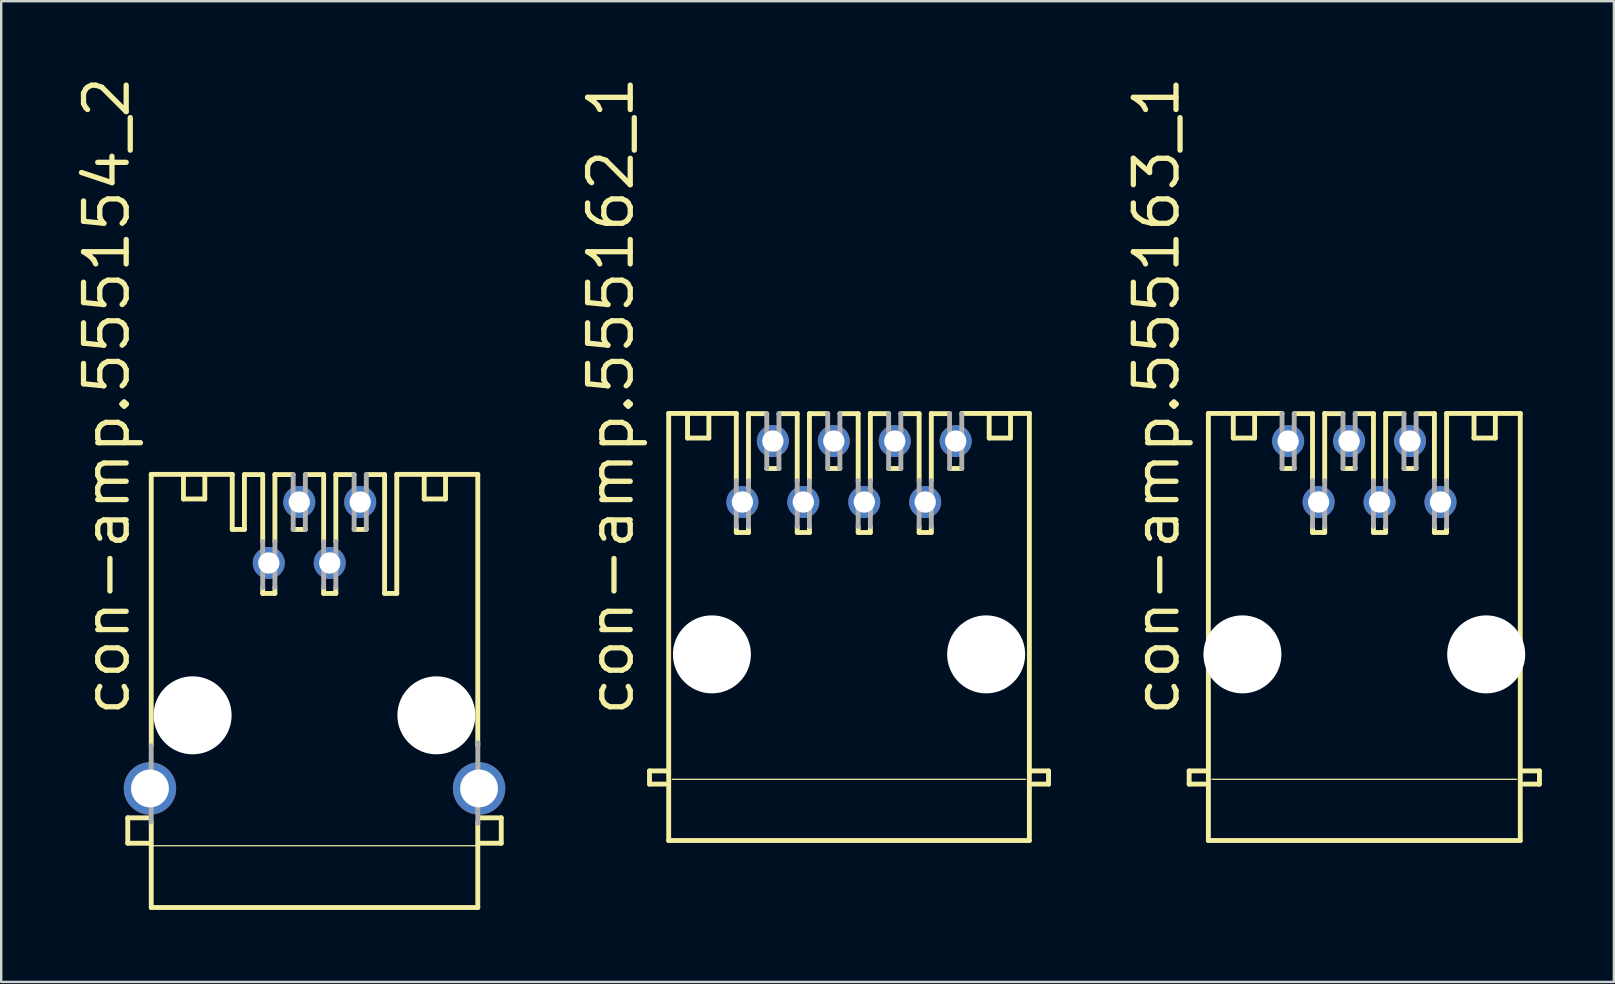
<source format=kicad_pcb>
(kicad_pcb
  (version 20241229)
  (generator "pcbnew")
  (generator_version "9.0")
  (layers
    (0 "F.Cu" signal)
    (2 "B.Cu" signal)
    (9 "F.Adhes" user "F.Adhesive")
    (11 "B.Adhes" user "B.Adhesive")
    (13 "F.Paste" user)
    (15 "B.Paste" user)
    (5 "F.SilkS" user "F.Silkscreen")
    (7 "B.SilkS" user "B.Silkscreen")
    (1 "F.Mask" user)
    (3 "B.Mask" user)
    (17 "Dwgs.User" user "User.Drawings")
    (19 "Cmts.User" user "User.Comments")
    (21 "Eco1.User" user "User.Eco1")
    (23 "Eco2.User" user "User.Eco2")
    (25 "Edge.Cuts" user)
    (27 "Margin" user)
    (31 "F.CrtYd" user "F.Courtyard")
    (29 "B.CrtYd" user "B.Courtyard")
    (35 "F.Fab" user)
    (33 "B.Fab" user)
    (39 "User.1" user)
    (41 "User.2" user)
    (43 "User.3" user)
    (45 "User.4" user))
  (footprint "con-amp.555162_1"
    (layer "F.Cu")
    (at 32.336 23.08)
    (property "Reference" "con-amp.555162_1" (at -8.89 3.81 90) (layer "F.SilkS") (effects (font (size 1.778 1.778) (thickness 0.22)) (justify left bottom)))
    (attr through_hole)
    (fp_line (start -8.316 6) (end -7.616 6) (stroke (width 0.203) (type default)) (layer "F.SilkS"))
    (fp_line (start -8.316 6.55) (end -8.316 6) (stroke (width 0.203) (type default)) (layer "F.SilkS"))
    (fp_line (start -7.666 6.55) (end -8.316 6.55) (stroke (width 0.203) (type default)) (layer "F.SilkS"))
    (fp_line (start -7.516 -8.9) (end -4.699 -8.9) (stroke (width 0.203) (type default)) (layer "F.SilkS"))
    (fp_line (start -7.516 8.9) (end -7.516 -8.9) (stroke (width 0.203) (type default)) (layer "F.SilkS"))
    (fp_line (start -7.366 6.35) (end 7.366 6.35) (stroke (width 0.051) (type default)) (layer "F.SilkS"))
    (fp_line (start -6.731 -8.89) (end -6.731 -7.874) (stroke (width 0.203) (type default)) (layer "F.SilkS"))
    (fp_line (start -6.731 -7.874) (end -5.842 -7.874) (stroke (width 0.203) (type default)) (layer "F.SilkS"))
    (fp_line (start -5.842 -7.874) (end -5.842 -8.89) (stroke (width 0.203) (type default)) (layer "F.SilkS"))
    (fp_line (start -4.699 -6.096) (end -4.699 -8.89) (stroke (width 0.203) (type default)) (layer "F.SilkS"))
    (fp_line (start -4.699 -3.937) (end -4.699 -4.191) (stroke (width 0.203) (type default)) (layer "F.SilkS"))
    (fp_line (start -4.191 -8.89) (end -3.429 -8.89) (stroke (width 0.203) (type default)) (layer "F.SilkS"))
    (fp_line (start -4.191 -6.096) (end -4.191 -8.9) (stroke (width 0.203) (type default)) (layer "F.SilkS"))
    (fp_line (start -4.191 -3.937) (end -4.699 -3.937) (stroke (width 0.203) (type default)) (layer "F.SilkS"))
    (fp_line (start -4.191 -3.937) (end -4.191 -4.191) (stroke (width 0.203) (type default)) (layer "F.SilkS"))
    (fp_line (start -2.921 -8.89) (end -2.159 -8.89) (stroke (width 0.203) (type default)) (layer "F.SilkS"))
    (fp_line (start -2.921 -6.604) (end -3.429 -6.604) (stroke (width 0.203) (type default)) (layer "F.SilkS"))
    (fp_line (start -2.159 -6.096) (end -2.159 -8.89) (stroke (width 0.203) (type default)) (layer "F.SilkS"))
    (fp_line (start -2.159 -3.937) (end -2.159 -4.191) (stroke (width 0.203) (type default)) (layer "F.SilkS"))
    (fp_line (start -1.651 -8.89) (end -0.889 -8.89) (stroke (width 0.203) (type default)) (layer "F.SilkS"))
    (fp_line (start -1.651 -6.096) (end -1.651 -8.9) (stroke (width 0.203) (type default)) (layer "F.SilkS"))
    (fp_line (start -1.651 -3.937) (end -2.159 -3.937) (stroke (width 0.203) (type default)) (layer "F.SilkS"))
    (fp_line (start -1.651 -3.937) (end -1.651 -4.191) (stroke (width 0.203) (type default)) (layer "F.SilkS"))
    (fp_line (start -0.381 -8.89) (end 0.381 -8.89) (stroke (width 0.203) (type default)) (layer "F.SilkS"))
    (fp_line (start -0.381 -6.604) (end -0.889 -6.604) (stroke (width 0.203) (type default)) (layer "F.SilkS"))
    (fp_line (start 0.381 -6.096) (end 0.381 -8.89) (stroke (width 0.203) (type default)) (layer "F.SilkS"))
    (fp_line (start 0.381 -3.937) (end 0.381 -4.191) (stroke (width 0.203) (type default)) (layer "F.SilkS"))
    (fp_line (start 0.889 -8.89) (end 0.889 -8.9) (stroke (width 0.203) (type default)) (layer "F.SilkS"))
    (fp_line (start 0.889 -8.89) (end 1.651 -8.89) (stroke (width 0.203) (type default)) (layer "F.SilkS"))
    (fp_line (start 0.889 -6.096) (end 0.889 -8.89) (stroke (width 0.203) (type default)) (layer "F.SilkS"))
    (fp_line (start 0.889 -3.937) (end 0.381 -3.937) (stroke (width 0.203) (type default)) (layer "F.SilkS"))
    (fp_line (start 0.889 -3.937) (end 0.889 -4.191) (stroke (width 0.203) (type default)) (layer "F.SilkS"))
    (fp_line (start 2.159 -8.89) (end 2.921 -8.89) (stroke (width 0.203) (type default)) (layer "F.SilkS"))
    (fp_line (start 2.159 -6.604) (end 1.651 -6.604) (stroke (width 0.203) (type default)) (layer "F.SilkS"))
    (fp_line (start 2.921 -6.096) (end 2.921 -8.89) (stroke (width 0.203) (type default)) (layer "F.SilkS"))
    (fp_line (start 2.921 -3.937) (end 2.921 -4.191) (stroke (width 0.203) (type default)) (layer "F.SilkS"))
    (fp_line (start 3.429 -8.89) (end 4.191 -8.89) (stroke (width 0.203) (type default)) (layer "F.SilkS"))
    (fp_line (start 3.429 -6.096) (end 3.429 -8.9) (stroke (width 0.203) (type default)) (layer "F.SilkS"))
    (fp_line (start 3.429 -3.937) (end 2.921 -3.937) (stroke (width 0.203) (type default)) (layer "F.SilkS"))
    (fp_line (start 3.429 -3.937) (end 3.429 -4.191) (stroke (width 0.203) (type default)) (layer "F.SilkS"))
    (fp_line (start 4.699 -8.9) (end 7.516 -8.9) (stroke (width 0.203) (type default)) (layer "F.SilkS"))
    (fp_line (start 4.699 -6.604) (end 4.191 -6.604) (stroke (width 0.203) (type default)) (layer "F.SilkS"))
    (fp_line (start 5.842 -7.874) (end 5.842 -8.89) (stroke (width 0.203) (type default)) (layer "F.SilkS"))
    (fp_line (start 6.731 -8.89) (end 6.731 -7.874) (stroke (width 0.203) (type default)) (layer "F.SilkS"))
    (fp_line (start 6.731 -7.874) (end 5.842 -7.874) (stroke (width 0.203) (type default)) (layer "F.SilkS"))
    (fp_line (start 7.516 -8.9) (end 7.516 8.9) (stroke (width 0.203) (type default)) (layer "F.SilkS"))
    (fp_line (start 7.516 8.9) (end -7.516 8.9) (stroke (width 0.203) (type default)) (layer "F.SilkS"))
    (fp_line (start 7.666 6.55) (end 8.316 6.55) (stroke (width 0.203) (type default)) (layer "F.SilkS"))
    (fp_line (start 8.316 6) (end 7.616 6) (stroke (width 0.203) (type default)) (layer "F.SilkS"))
    (fp_line (start 8.316 6.55) (end 8.316 6) (stroke (width 0.203) (type default)) (layer "F.SilkS"))
    (fp_line (start -4.699 -6.096) (end -4.699 -4.191) (stroke (width 0.203) (type default)) (layer "F.Fab"))
    (fp_line (start -4.191 -6.096) (end -4.191 -4.191) (stroke (width 0.203) (type default)) (layer "F.Fab"))
    (fp_line (start -3.429 -8.89) (end -3.429 -6.604) (stroke (width 0.203) (type default)) (layer "F.Fab"))
    (fp_line (start -2.921 -8.89) (end -2.921 -6.604) (stroke (width 0.203) (type default)) (layer "F.Fab"))
    (fp_line (start -2.159 -6.096) (end -2.159 -4.191) (stroke (width 0.203) (type default)) (layer "F.Fab"))
    (fp_line (start -1.651 -6.096) (end -1.651 -4.191) (stroke (width 0.203) (type default)) (layer "F.Fab"))
    (fp_line (start -0.889 -8.89) (end -0.889 -6.604) (stroke (width 0.203) (type default)) (layer "F.Fab"))
    (fp_line (start -0.381 -8.89) (end -0.381 -6.604) (stroke (width 0.203) (type default)) (layer "F.Fab"))
    (fp_line (start 0.381 -6.096) (end 0.381 -4.191) (stroke (width 0.203) (type default)) (layer "F.Fab"))
    (fp_line (start 0.889 -6.096) (end 0.889 -4.191) (stroke (width 0.203) (type default)) (layer "F.Fab"))
    (fp_line (start 1.651 -8.89) (end 1.651 -6.604) (stroke (width 0.203) (type default)) (layer "F.Fab"))
    (fp_line (start 2.159 -8.89) (end 2.159 -6.604) (stroke (width 0.203) (type default)) (layer "F.Fab"))
    (fp_line (start 2.921 -6.096) (end 2.921 -4.191) (stroke (width 0.203) (type default)) (layer "F.Fab"))
    (fp_line (start 3.429 -6.096) (end 3.429 -4.191) (stroke (width 0.203) (type default)) (layer "F.Fab"))
    (fp_line (start 4.191 -8.89) (end 4.191 -6.604) (stroke (width 0.203) (type default)) (layer "F.Fab"))
    (fp_line (start 4.699 -8.89) (end 4.699 -6.604) (stroke (width 0.203) (type default)) (layer "F.Fab"))
    (pad "" np_thru_hole circle (at -5.715 1.143) (size 3.251 3.251) (drill 3.251) (layers "*.Cu" "*.Mask"))
    (pad "" np_thru_hole circle (at 5.715 1.143) (size 3.251 3.251) (drill 3.251) (layers "*.Cu" "*.Mask"))
    (pad "1" thru_hole circle (at -4.445 -5.207) (size 1.333 1.333) (drill 0.889) (layers "*.Cu" "*.Mask"))
    (pad "2" thru_hole circle (at -3.175 -7.747) (size 1.333 1.333) (drill 0.889) (layers "*.Cu" "*.Mask"))
    (pad "3" thru_hole circle (at -1.905 -5.207) (size 1.333 1.333) (drill 0.889) (layers "*.Cu" "*.Mask"))
    (pad "4" thru_hole circle (at -0.635 -7.747) (size 1.333 1.333) (drill 0.889) (layers "*.Cu" "*.Mask"))
    (pad "5" thru_hole circle (at 0.635 -5.207) (size 1.333 1.333) (drill 0.889) (layers "*.Cu" "*.Mask"))
    (pad "6" thru_hole circle (at 1.905 -7.747) (size 1.333 1.333) (drill 0.889) (layers "*.Cu" "*.Mask"))
    (pad "7" thru_hole circle (at 3.175 -5.207) (size 1.333 1.333) (drill 0.889) (layers "*.Cu" "*.Mask"))
    (pad "8" thru_hole circle (at 4.445 -7.747) (size 1.333 1.333) (drill 0.889) (layers "*.Cu" "*.Mask")))
  (footprint "con-amp.555163_1"
    (layer "F.Cu")
    (at 53.812 23.08)
    (property "Reference" "con-amp.555163_1" (at -7.62 3.81 90) (layer "F.SilkS") (effects (font (size 1.778 1.778) (thickness 0.22)) (justify left bottom)))
    (attr through_hole)
    (fp_line (start -7.3 6) (end -6.6 6) (stroke (width 0.203) (type default)) (layer "F.SilkS"))
    (fp_line (start -7.3 6.55) (end -7.3 6) (stroke (width 0.203) (type default)) (layer "F.SilkS"))
    (fp_line (start -6.65 6.55) (end -7.3 6.55) (stroke (width 0.203) (type default)) (layer "F.SilkS"))
    (fp_line (start -6.5 -8.9) (end -3.429 -8.9) (stroke (width 0.203) (type default)) (layer "F.SilkS"))
    (fp_line (start -6.5 8.9) (end -6.5 -8.9) (stroke (width 0.203) (type default)) (layer "F.SilkS"))
    (fp_line (start -6.35 6.35) (end 6.35 6.35) (stroke (width 0.051) (type default)) (layer "F.SilkS"))
    (fp_line (start -5.461 -8.89) (end -5.461 -7.874) (stroke (width 0.203) (type default)) (layer "F.SilkS"))
    (fp_line (start -5.461 -7.874) (end -4.572 -7.874) (stroke (width 0.203) (type default)) (layer "F.SilkS"))
    (fp_line (start -4.572 -7.874) (end -4.572 -8.89) (stroke (width 0.203) (type default)) (layer "F.SilkS"))
    (fp_line (start -2.921 -8.89) (end -2.159 -8.89) (stroke (width 0.203) (type default)) (layer "F.SilkS"))
    (fp_line (start -2.921 -6.604) (end -3.429 -6.604) (stroke (width 0.203) (type default)) (layer "F.SilkS"))
    (fp_line (start -2.159 -6.096) (end -2.159 -8.89) (stroke (width 0.203) (type default)) (layer "F.SilkS"))
    (fp_line (start -2.159 -3.937) (end -2.159 -4.191) (stroke (width 0.203) (type default)) (layer "F.SilkS"))
    (fp_line (start -1.651 -8.89) (end -0.889 -8.89) (stroke (width 0.203) (type default)) (layer "F.SilkS"))
    (fp_line (start -1.651 -6.096) (end -1.651 -8.9) (stroke (width 0.203) (type default)) (layer "F.SilkS"))
    (fp_line (start -1.651 -3.937) (end -2.159 -3.937) (stroke (width 0.203) (type default)) (layer "F.SilkS"))
    (fp_line (start -1.651 -3.937) (end -1.651 -4.191) (stroke (width 0.203) (type default)) (layer "F.SilkS"))
    (fp_line (start -0.381 -8.89) (end 0.381 -8.89) (stroke (width 0.203) (type default)) (layer "F.SilkS"))
    (fp_line (start -0.381 -6.604) (end -0.889 -6.604) (stroke (width 0.203) (type default)) (layer "F.SilkS"))
    (fp_line (start 0.381 -6.096) (end 0.381 -8.89) (stroke (width 0.203) (type default)) (layer "F.SilkS"))
    (fp_line (start 0.381 -3.937) (end 0.381 -4.191) (stroke (width 0.203) (type default)) (layer "F.SilkS"))
    (fp_line (start 0.889 -8.89) (end 1.651 -8.89) (stroke (width 0.203) (type default)) (layer "F.SilkS"))
    (fp_line (start 0.889 -6.096) (end 0.889 -8.9) (stroke (width 0.203) (type default)) (layer "F.SilkS"))
    (fp_line (start 0.889 -3.937) (end 0.381 -3.937) (stroke (width 0.203) (type default)) (layer "F.SilkS"))
    (fp_line (start 0.889 -3.937) (end 0.889 -4.191) (stroke (width 0.203) (type default)) (layer "F.SilkS"))
    (fp_line (start 2.159 -8.89) (end 2.921 -8.89) (stroke (width 0.203) (type default)) (layer "F.SilkS"))
    (fp_line (start 2.159 -6.604) (end 1.651 -6.604) (stroke (width 0.203) (type default)) (layer "F.SilkS"))
    (fp_line (start 2.921 -6.096) (end 2.921 -8.89) (stroke (width 0.203) (type default)) (layer "F.SilkS"))
    (fp_line (start 2.921 -3.937) (end 2.921 -4.191) (stroke (width 0.203) (type default)) (layer "F.SilkS"))
    (fp_line (start 3.429 -8.9) (end 6.5 -8.9) (stroke (width 0.203) (type default)) (layer "F.SilkS"))
    (fp_line (start 3.429 -6.096) (end 3.429 -8.9) (stroke (width 0.203) (type default)) (layer "F.SilkS"))
    (fp_line (start 3.429 -3.937) (end 2.921 -3.937) (stroke (width 0.203) (type default)) (layer "F.SilkS"))
    (fp_line (start 3.429 -3.937) (end 3.429 -4.191) (stroke (width 0.203) (type default)) (layer "F.SilkS"))
    (fp_line (start 4.572 -7.874) (end 4.572 -8.89) (stroke (width 0.203) (type default)) (layer "F.SilkS"))
    (fp_line (start 5.461 -8.89) (end 5.461 -7.874) (stroke (width 0.203) (type default)) (layer "F.SilkS"))
    (fp_line (start 5.461 -7.874) (end 4.572 -7.874) (stroke (width 0.203) (type default)) (layer "F.SilkS"))
    (fp_line (start 6.5 -8.9) (end 6.5 8.9) (stroke (width 0.203) (type default)) (layer "F.SilkS"))
    (fp_line (start 6.5 8.9) (end -6.5 8.9) (stroke (width 0.203) (type default)) (layer "F.SilkS"))
    (fp_line (start 6.65 6.55) (end 7.3 6.55) (stroke (width 0.203) (type default)) (layer "F.SilkS"))
    (fp_line (start 7.3 6) (end 6.6 6) (stroke (width 0.203) (type default)) (layer "F.SilkS"))
    (fp_line (start 7.3 6.55) (end 7.3 6) (stroke (width 0.203) (type default)) (layer "F.SilkS"))
    (fp_line (start -3.429 -8.9) (end -3.429 -6.604) (stroke (width 0.203) (type default)) (layer "F.Fab"))
    (fp_line (start -2.921 -8.89) (end -2.921 -6.604) (stroke (width 0.203) (type default)) (layer "F.Fab"))
    (fp_line (start -2.159 -6.096) (end -2.159 -4.191) (stroke (width 0.203) (type default)) (layer "F.Fab"))
    (fp_line (start -1.651 -6.096) (end -1.651 -4.191) (stroke (width 0.203) (type default)) (layer "F.Fab"))
    (fp_line (start -0.889 -8.89) (end -0.889 -6.604) (stroke (width 0.203) (type default)) (layer "F.Fab"))
    (fp_line (start -0.381 -8.89) (end -0.381 -6.604) (stroke (width 0.203) (type default)) (layer "F.Fab"))
    (fp_line (start 0.381 -6.096) (end 0.381 -4.191) (stroke (width 0.203) (type default)) (layer "F.Fab"))
    (fp_line (start 0.889 -6.096) (end 0.889 -4.191) (stroke (width 0.203) (type default)) (layer "F.Fab"))
    (fp_line (start 1.651 -8.89) (end 1.651 -6.604) (stroke (width 0.203) (type default)) (layer "F.Fab"))
    (fp_line (start 2.159 -8.89) (end 2.159 -6.604) (stroke (width 0.203) (type default)) (layer "F.Fab"))
    (fp_line (start 2.921 -6.096) (end 2.921 -4.191) (stroke (width 0.203) (type default)) (layer "F.Fab"))
    (fp_line (start 3.429 -6.096) (end 3.429 -4.191) (stroke (width 0.203) (type default)) (layer "F.Fab"))
    (pad "" np_thru_hole circle (at -5.08 1.143) (size 3.251 3.251) (drill 3.251) (layers "*.Cu" "*.Mask"))
    (pad "" np_thru_hole circle (at 5.08 1.143) (size 3.251 3.251) (drill 3.251) (layers "*.Cu" "*.Mask"))
    (pad "1" thru_hole circle (at -3.175 -7.747) (size 1.333 1.333) (drill 0.889) (layers "*.Cu" "*.Mask"))
    (pad "2" thru_hole circle (at -1.905 -5.207) (size 1.333 1.333) (drill 0.889) (layers "*.Cu" "*.Mask"))
    (pad "3" thru_hole circle (at -0.635 -7.747) (size 1.333 1.333) (drill 0.889) (layers "*.Cu" "*.Mask"))
    (pad "4" thru_hole circle (at 0.635 -5.207) (size 1.333 1.333) (drill 0.889) (layers "*.Cu" "*.Mask"))
    (pad "5" thru_hole circle (at 1.905 -7.747) (size 1.333 1.333) (drill 0.889) (layers "*.Cu" "*.Mask"))
    (pad "6" thru_hole circle (at 3.175 -5.207) (size 1.333 1.333) (drill 0.889) (layers "*.Cu" "*.Mask")))
  (footprint "con-amp.555154_2"
    (layer "F.Cu")
    (at 10.058 26.763)
    (property "Reference" "con-amp.555154_2" (at -7.62 0.127 90) (layer "F.SilkS") (effects (font (size 1.778 1.778) (thickness 0.22)) (justify left bottom)))
    (attr through_hole)
    (fp_line (start -7.783 4.273) (end -6.829 4.273) (stroke (width 0.203) (type default)) (layer "F.SilkS"))
    (fp_line (start -7.783 5.331) (end -7.783 4.273) (stroke (width 0.203) (type default)) (layer "F.SilkS"))
    (fp_line (start -6.858 5.436) (end 6.858 5.436) (stroke (width 0.051) (type default)) (layer "F.SilkS"))
    (fp_line (start -6.828 5.331) (end -7.783 5.331) (stroke (width 0.203) (type default)) (layer "F.SilkS"))
    (fp_line (start -6.805 -10.043) (end -3.429 -10.043) (stroke (width 0.203) (type default)) (layer "F.SilkS"))
    (fp_line (start -6.805 1.27) (end -6.805 -10.043) (stroke (width 0.203) (type default)) (layer "F.SilkS"))
    (fp_line (start -6.805 8.011) (end -6.805 4.445) (stroke (width 0.203) (type default)) (layer "F.SilkS"))
    (fp_line (start -5.461 -10.033) (end -5.461 -9.017) (stroke (width 0.203) (type default)) (layer "F.SilkS"))
    (fp_line (start -5.461 -9.017) (end -4.572 -9.017) (stroke (width 0.203) (type default)) (layer "F.SilkS"))
    (fp_line (start -4.572 -9.017) (end -4.572 -10.033) (stroke (width 0.203) (type default)) (layer "F.SilkS"))
    (fp_line (start -3.429 -10.043) (end -3.429 -7.747) (stroke (width 0.203) (type default)) (layer "F.SilkS"))
    (fp_line (start -2.921 -10.033) (end -2.921 -7.747) (stroke (width 0.203) (type default)) (layer "F.SilkS"))
    (fp_line (start -2.921 -10.033) (end -2.159 -10.033) (stroke (width 0.203) (type default)) (layer "F.SilkS"))
    (fp_line (start -2.921 -7.747) (end -3.429 -7.747) (stroke (width 0.203) (type default)) (layer "F.SilkS"))
    (fp_line (start -2.159 -7.239) (end -2.159 -10.033) (stroke (width 0.203) (type default)) (layer "F.SilkS"))
    (fp_line (start -2.159 -5.08) (end -2.159 -5.334) (stroke (width 0.203) (type default)) (layer "F.SilkS"))
    (fp_line (start -1.651 -10.033) (end -0.889 -10.033) (stroke (width 0.203) (type default)) (layer "F.SilkS"))
    (fp_line (start -1.651 -7.239) (end -1.651 -10.043) (stroke (width 0.203) (type default)) (layer "F.SilkS"))
    (fp_line (start -1.651 -5.08) (end -2.159 -5.08) (stroke (width 0.203) (type default)) (layer "F.SilkS"))
    (fp_line (start -1.651 -5.08) (end -1.651 -5.334) (stroke (width 0.203) (type default)) (layer "F.SilkS"))
    (fp_line (start -0.381 -10.033) (end 0.381 -10.033) (stroke (width 0.203) (type default)) (layer "F.SilkS"))
    (fp_line (start -0.381 -7.747) (end -0.889 -7.747) (stroke (width 0.203) (type default)) (layer "F.SilkS"))
    (fp_line (start 0.381 -7.239) (end 0.381 -10.033) (stroke (width 0.203) (type default)) (layer "F.SilkS"))
    (fp_line (start 0.381 -5.08) (end 0.381 -5.334) (stroke (width 0.203) (type default)) (layer "F.SilkS"))
    (fp_line (start 0.889 -10.033) (end 1.651 -10.033) (stroke (width 0.203) (type default)) (layer "F.SilkS"))
    (fp_line (start 0.889 -7.239) (end 0.889 -10.043) (stroke (width 0.203) (type default)) (layer "F.SilkS"))
    (fp_line (start 0.889 -5.08) (end 0.381 -5.08) (stroke (width 0.203) (type default)) (layer "F.SilkS"))
    (fp_line (start 0.889 -5.08) (end 0.889 -5.334) (stroke (width 0.203) (type default)) (layer "F.SilkS"))
    (fp_line (start 2.159 -10.033) (end 2.921 -10.033) (stroke (width 0.203) (type default)) (layer "F.SilkS"))
    (fp_line (start 2.159 -7.747) (end 1.651 -7.747) (stroke (width 0.203) (type default)) (layer "F.SilkS"))
    (fp_line (start 2.921 -5.08) (end 2.921 -10.033) (stroke (width 0.203) (type default)) (layer "F.SilkS"))
    (fp_line (start 3.429 -10.043) (end 6.805 -10.043) (stroke (width 0.203) (type default)) (layer "F.SilkS"))
    (fp_line (start 3.429 -5.08) (end 2.921 -5.08) (stroke (width 0.203) (type default)) (layer "F.SilkS"))
    (fp_line (start 3.429 -5.08) (end 3.429 -10.043) (stroke (width 0.203) (type default)) (layer "F.SilkS"))
    (fp_line (start 4.572 -9.017) (end 4.572 -10.033) (stroke (width 0.203) (type default)) (layer "F.SilkS"))
    (fp_line (start 5.461 -10.033) (end 5.461 -9.017) (stroke (width 0.203) (type default)) (layer "F.SilkS"))
    (fp_line (start 5.461 -9.017) (end 4.572 -9.017) (stroke (width 0.203) (type default)) (layer "F.SilkS"))
    (fp_line (start 6.805 -10.043) (end 6.805 1.27) (stroke (width 0.203) (type default)) (layer "F.SilkS"))
    (fp_line (start 6.805 4.445) (end 6.805 8.011) (stroke (width 0.203) (type default)) (layer "F.SilkS"))
    (fp_line (start 6.805 8.011) (end -6.805 8.011) (stroke (width 0.203) (type default)) (layer "F.SilkS"))
    (fp_line (start 6.853 5.331) (end 7.783 5.331) (stroke (width 0.203) (type default)) (layer "F.SilkS"))
    (fp_line (start 7.783 4.273) (end 6.854 4.273) (stroke (width 0.203) (type default)) (layer "F.SilkS"))
    (fp_line (start 7.783 5.331) (end 7.783 4.273) (stroke (width 0.203) (type default)) (layer "F.SilkS"))
    (fp_line (start -6.807 4.445) (end -6.807 1.27) (stroke (width 0.203) (type default)) (layer "F.Fab"))
    (fp_line (start -2.159 -7.239) (end -2.159 -5.334) (stroke (width 0.203) (type default)) (layer "F.Fab"))
    (fp_line (start -1.651 -7.239) (end -1.651 -5.334) (stroke (width 0.203) (type default)) (layer "F.Fab"))
    (fp_line (start -0.889 -10.033) (end -0.889 -7.747) (stroke (width 0.203) (type default)) (layer "F.Fab"))
    (fp_line (start -0.381 -10.033) (end -0.381 -7.747) (stroke (width 0.203) (type default)) (layer "F.Fab"))
    (fp_line (start 0.381 -7.239) (end 0.381 -5.334) (stroke (width 0.203) (type default)) (layer "F.Fab"))
    (fp_line (start 0.889 -7.239) (end 0.889 -5.334) (stroke (width 0.203) (type default)) (layer "F.Fab"))
    (fp_line (start 1.651 -10.033) (end 1.651 -7.747) (stroke (width 0.203) (type default)) (layer "F.Fab"))
    (fp_line (start 2.159 -10.033) (end 2.159 -7.747) (stroke (width 0.203) (type default)) (layer "F.Fab"))
    (fp_line (start 6.807 4.496) (end 6.807 1.143) (stroke (width 0.203) (type default)) (layer "F.Fab"))
    (pad "" np_thru_hole circle (at -5.08 0) (size 3.251 3.251) (drill 3.251) (layers "*.Cu" "*.Mask"))
    (pad "" np_thru_hole circle (at 5.08 0) (size 3.251 3.251) (drill 3.251) (layers "*.Cu" "*.Mask"))
    (pad "1" thru_hole circle (at -1.905 -6.35) (size 1.333 1.333) (drill 0.889) (layers "*.Cu" "*.Mask"))
    (pad "2" thru_hole circle (at -0.635 -8.89) (size 1.333 1.333) (drill 0.889) (layers "*.Cu" "*.Mask"))
    (pad "3" thru_hole circle (at 0.635 -6.35) (size 1.333 1.333) (drill 0.889) (layers "*.Cu" "*.Mask"))
    (pad "4" thru_hole circle (at 1.905 -8.89) (size 1.333 1.333) (drill 0.889) (layers "*.Cu" "*.Mask"))
    (pad "G1" thru_hole circle (at -6.858 3.048) (size 2.184 2.184) (drill 1.575) (layers "*.Cu" "*.Mask"))
    (pad "G2" thru_hole circle (at 6.858 3.048) (size 2.184 2.184) (drill 1.575) (layers "*.Cu" "*.Mask")))
  (gr_rect
    (start -3 -3)
    (end 64.213 37.875)
    (stroke (width 0.1) (type default))
    (fill no)
    (layer "Edge.Cuts")))
</source>
